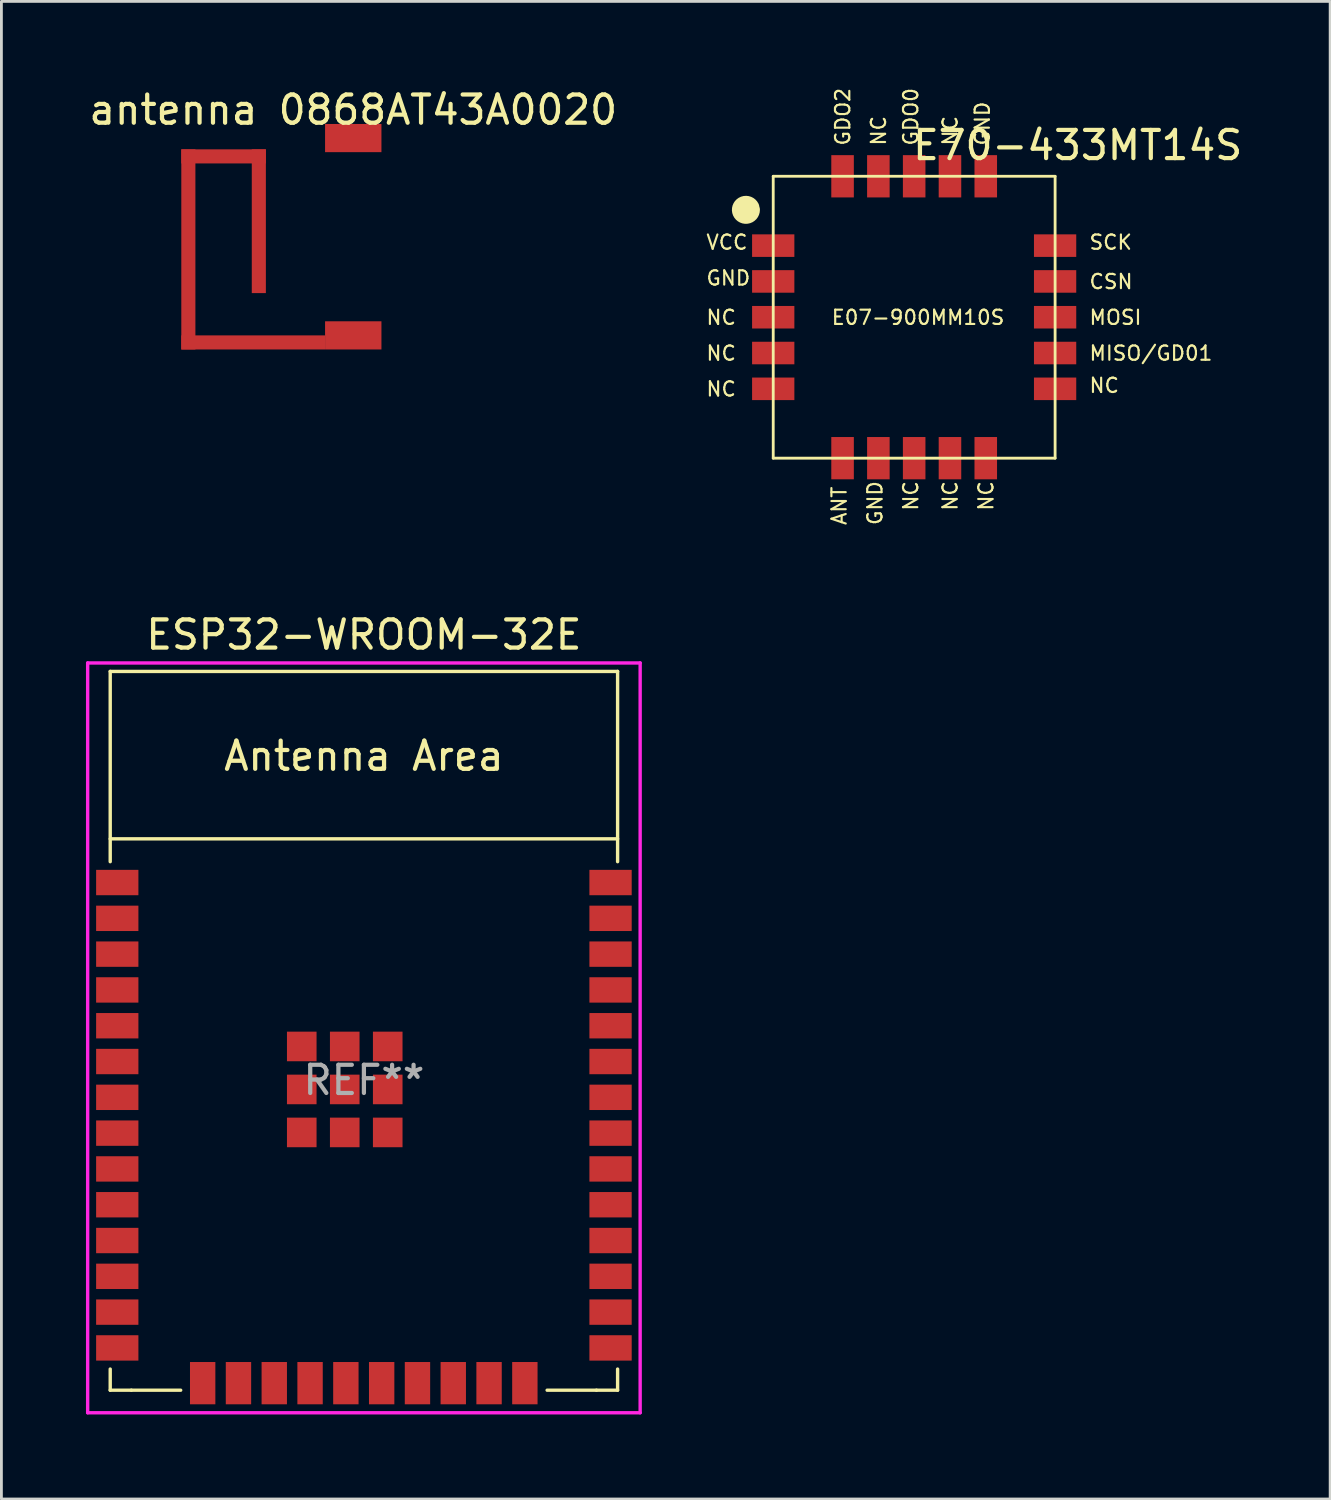
<source format=kicad_pcb>
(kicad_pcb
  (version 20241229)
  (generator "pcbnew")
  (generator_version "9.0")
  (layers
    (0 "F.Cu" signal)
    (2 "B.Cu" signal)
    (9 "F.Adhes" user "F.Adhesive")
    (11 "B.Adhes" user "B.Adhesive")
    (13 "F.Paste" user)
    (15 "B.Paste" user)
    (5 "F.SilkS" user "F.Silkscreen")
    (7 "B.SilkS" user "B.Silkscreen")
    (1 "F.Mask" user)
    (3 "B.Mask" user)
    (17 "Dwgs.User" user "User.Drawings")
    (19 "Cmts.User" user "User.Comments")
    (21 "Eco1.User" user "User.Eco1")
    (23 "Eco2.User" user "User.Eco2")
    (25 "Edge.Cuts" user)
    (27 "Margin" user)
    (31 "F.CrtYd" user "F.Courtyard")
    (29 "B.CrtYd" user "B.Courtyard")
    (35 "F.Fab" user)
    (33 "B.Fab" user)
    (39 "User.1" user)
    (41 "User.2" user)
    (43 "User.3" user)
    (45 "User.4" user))
  (footprint "ESP32-WROOM-32E"
    (layer "F.Cu")
    (at 9.86 35.269)
    (property "Reference" "ESP32-WROOM-32E" (at 0 -15.8 0) (layer "F.SilkS") (effects (font (size 1 1) (thickness 0.15))))
    (attr smd)
    (fp_line (start -9 -14.5) (end -9 -7.75) (stroke (width 0.12) (type solid)) (layer "F.SilkS"))
    (fp_line (start -9 -14.5) (end 9 -14.5) (stroke (width 0.12) (type solid)) (layer "F.SilkS"))
    (fp_line (start -9 10.25) (end -9 11) (stroke (width 0.12) (type solid)) (layer "F.SilkS"))
    (fp_line (start -9 11) (end -8.25 11) (stroke (width 0.12) (type solid)) (layer "F.SilkS"))
    (fp_line (start -8.25 11) (end -6.5 11) (stroke (width 0.12) (type solid)) (layer "F.SilkS"))
    (fp_line (start 8.25 11) (end 6.5 11) (stroke (width 0.12) (type solid)) (layer "F.SilkS"))
    (fp_line (start 9 -14.5) (end 9 -7.75) (stroke (width 0.12) (type solid)) (layer "F.SilkS"))
    (fp_line (start 9 -8.56) (end -9 -8.56) (stroke (width 0.12) (type solid)) (layer "F.SilkS"))
    (fp_line (start 9 10.25) (end 9 11) (stroke (width 0.12) (type solid)) (layer "F.SilkS"))
    (fp_line (start 9 11) (end 8.25 11) (stroke (width 0.12) (type solid)) (layer "F.SilkS"))
    (fp_line (start -9 -14.5) (end 9 -14.5) (stroke (width 0.12) (type solid)) (layer "Eco2.User"))
    (fp_line (start -9 -8.56) (end 9 -8.56) (stroke (width 0.12) (type solid)) (layer "Eco2.User"))
    (fp_line (start -9 11) (end -9 -14.5) (stroke (width 0.12) (type solid)) (layer "Eco2.User"))
    (fp_line (start 9 -14.5) (end 9 11) (stroke (width 0.12) (type solid)) (layer "Eco2.User"))
    (fp_line (start 9 11) (end -9 11) (stroke (width 0.12) (type solid)) (layer "Eco2.User"))
    (fp_line (start -9.8 -14.8) (end -9.8 11.8) (stroke (width 0.12) (type solid)) (layer "F.CrtYd"))
    (fp_line (start -9.8 11.8) (end 9.8 11.8) (stroke (width 0.12) (type solid)) (layer "F.CrtYd"))
    (fp_line (start 9.8 -14.8) (end -9.8 -14.8) (stroke (width 0.12) (type solid)) (layer "F.CrtYd"))
    (fp_line (start 9.8 -14.8) (end 9.8 11.8) (stroke (width 0.12) (type solid)) (layer "F.CrtYd"))
    (fp_text user "Antenna Area" (at 0 -11.5 0) (layer "F.SilkS") (effects (font (size 1 1) (thickness 0.15))))
    (fp_text user "Antenna Area" (at 0 -11.5 0) (layer "Eco2.User") (effects (font (size 1 1) (thickness 0.15))))
    (fp_text user "REF**" (at 0 0 0) (layer "F.Fab") (effects (font (size 1 1) (thickness 0.15))))
    (pad "1" smd rect (at -8.75 -7.01) (size 1.5 0.9) (layers "F.Cu" "F.Mask" "F.Paste"))
    (pad "2" smd rect (at -8.75 -5.74) (size 1.5 0.9) (layers "F.Cu" "F.Mask" "F.Paste"))
    (pad "3" smd rect (at -8.75 -4.47) (size 1.5 0.9) (layers "F.Cu" "F.Mask" "F.Paste"))
    (pad "4" smd rect (at -8.75 -3.2) (size 1.5 0.9) (layers "F.Cu" "F.Mask" "F.Paste"))
    (pad "5" smd rect (at -8.75 -1.93) (size 1.5 0.9) (layers "F.Cu" "F.Mask" "F.Paste"))
    (pad "6" smd rect (at -8.75 -0.66) (size 1.5 0.9) (layers "F.Cu" "F.Mask" "F.Paste"))
    (pad "7" smd rect (at -8.75 0.61) (size 1.5 0.9) (layers "F.Cu" "F.Mask" "F.Paste"))
    (pad "8" smd rect (at -8.75 1.88) (size 1.5 0.9) (layers "F.Cu" "F.Mask" "F.Paste"))
    (pad "9" smd rect (at -8.75 3.15) (size 1.5 0.9) (layers "F.Cu" "F.Mask" "F.Paste"))
    (pad "10" smd rect (at -8.75 4.42) (size 1.5 0.9) (layers "F.Cu" "F.Mask" "F.Paste"))
    (pad "11" smd rect (at -8.75 5.69) (size 1.5 0.9) (layers "F.Cu" "F.Mask" "F.Paste"))
    (pad "12" smd rect (at -8.75 6.96) (size 1.5 0.9) (layers "F.Cu" "F.Mask" "F.Paste"))
    (pad "13" smd rect (at -8.75 8.23) (size 1.5 0.9) (layers "F.Cu" "F.Mask" "F.Paste"))
    (pad "14" smd rect (at -8.75 9.5) (size 1.5 0.9) (layers "F.Cu" "F.Mask" "F.Paste"))
    (pad "15" smd rect (at -5.72 10.75 90) (size 1.5 0.9) (layers "F.Cu" "F.Mask" "F.Paste"))
    (pad "16" smd rect (at -4.45 10.75 90) (size 1.5 0.9) (layers "F.Cu" "F.Mask" "F.Paste"))
    (pad "17" smd rect (at -3.18 10.75 90) (size 1.5 0.9) (layers "F.Cu" "F.Mask" "F.Paste"))
    (pad "18" smd rect (at -1.91 10.75 90) (size 1.5 0.9) (layers "F.Cu" "F.Mask" "F.Paste"))
    (pad "19" smd rect (at -0.64 10.75 90) (size 1.5 0.9) (layers "F.Cu" "F.Mask" "F.Paste"))
    (pad "20" smd rect (at 0.63 10.75 90) (size 1.5 0.9) (layers "F.Cu" "F.Mask" "F.Paste"))
    (pad "21" smd rect (at 1.9 10.75 90) (size 1.5 0.9) (layers "F.Cu" "F.Mask" "F.Paste"))
    (pad "22" smd rect (at 3.17 10.75 90) (size 1.5 0.9) (layers "F.Cu" "F.Mask" "F.Paste"))
    (pad "23" smd rect (at 4.44 10.75 90) (size 1.5 0.9) (layers "F.Cu" "F.Mask" "F.Paste"))
    (pad "24" smd rect (at 5.71 10.75 90) (size 1.5 0.9) (layers "F.Cu" "F.Mask" "F.Paste"))
    (pad "25" smd rect (at 8.75 9.5 180) (size 1.5 0.9) (layers "F.Cu" "F.Mask" "F.Paste"))
    (pad "26" smd rect (at 8.75 8.23 180) (size 1.5 0.9) (layers "F.Cu" "F.Mask" "F.Paste"))
    (pad "27" smd rect (at 8.75 6.96 180) (size 1.5 0.9) (layers "F.Cu" "F.Mask" "F.Paste"))
    (pad "28" smd rect (at 8.75 5.69 180) (size 1.5 0.9) (layers "F.Cu" "F.Mask" "F.Paste"))
    (pad "29" smd rect (at 8.75 4.42 180) (size 1.5 0.9) (layers "F.Cu" "F.Mask" "F.Paste"))
    (pad "30" smd rect (at 8.75 3.15 180) (size 1.5 0.9) (layers "F.Cu" "F.Mask" "F.Paste"))
    (pad "31" smd rect (at 8.75 1.88 180) (size 1.5 0.9) (layers "F.Cu" "F.Mask" "F.Paste"))
    (pad "32" smd rect (at 8.75 0.61 180) (size 1.5 0.9) (layers "F.Cu" "F.Mask" "F.Paste"))
    (pad "33" smd rect (at 8.75 -0.66 180) (size 1.5 0.9) (layers "F.Cu" "F.Mask" "F.Paste"))
    (pad "34" smd rect (at 8.75 -1.93 180) (size 1.5 0.9) (layers "F.Cu" "F.Mask" "F.Paste"))
    (pad "35" smd rect (at 8.75 -3.2 180) (size 1.5 0.9) (layers "F.Cu" "F.Mask" "F.Paste"))
    (pad "36" smd rect (at 8.75 -4.47 180) (size 1.5 0.9) (layers "F.Cu" "F.Mask" "F.Paste"))
    (pad "37" smd rect (at 8.75 -5.74 180) (size 1.5 0.9) (layers "F.Cu" "F.Mask" "F.Paste"))
    (pad "38" smd rect (at 8.75 -7.01 180) (size 1.5 0.9) (layers "F.Cu" "F.Mask" "F.Paste"))
    (pad "39" smd rect (at -2.205 -1.195 180) (size 1.05 1.05) (layers "F.Cu" "F.Mask" "F.Paste"))
    (pad "39" smd rect (at -2.205 0.33 180) (size 1.05 1.05) (layers "F.Cu" "F.Mask" "F.Paste"))
    (pad "39" smd rect (at -2.205 1.855 180) (size 1.05 1.05) (layers "F.Cu" "F.Mask" "F.Paste"))
    (pad "39" smd rect (at -0.68 -1.195 180) (size 1.05 1.05) (layers "F.Cu" "F.Mask" "F.Paste"))
    (pad "39" smd rect (at -0.68 0.33 180) (size 1.05 1.05) (layers "F.Cu" "F.Mask" "F.Paste"))
    (pad "39" smd rect (at -0.68 1.855 180) (size 1.05 1.05) (layers "F.Cu" "F.Mask" "F.Paste"))
    (pad "39" smd rect (at 0.845 -1.195 180) (size 1.05 1.05) (layers "F.Cu" "F.Mask" "F.Paste"))
    (pad "39" smd rect (at 0.845 0.33 180) (size 1.05 1.05) (layers "F.Cu" "F.Mask" "F.Paste"))
    (pad "39" smd rect (at 0.845 1.855 180) (size 1.05 1.05) (layers "F.Cu" "F.Mask" "F.Paste")))
  (footprint "antenna 0868AT43A0020"
    (layer "F.Cu")
    (at 9.482 1.348)
    (property "Reference" "antenna 0868AT43A0020" (at 0 -0.5 0) (unlocked yes) (layer "F.SilkS") (effects (font (size 1 1) (thickness 0.15))))
    (attr smd)
    (fp_rect (start -6.1 0.9) (end -5.6 8) (stroke (width 0) (type solid)) (fill yes) (layer "F.Cu"))
    (fp_rect (start -6.1 0.9) (end -3.1 1.4) (stroke (width 0) (type solid)) (fill yes) (layer "F.Cu"))
    (fp_rect (start -3.6 0.9) (end -3.1 6) (stroke (width 0) (type solid)) (fill yes) (layer "F.Cu"))
    (fp_rect (start -1 7.5) (end -6.1 8) (stroke (width 0) (type solid)) (fill yes) (layer "F.Cu"))
    (pad "1" smd rect (at 0 0.5) (size 2 1) (layers "F.Cu" "F.Mask" "F.Paste"))
    (pad "2" smd rect (at 0 7.5) (size 2 1) (layers "F.Cu" "F.Mask" "F.Paste"))
    (zone (net_name "") (layers "F.Cu" "B.Cu") (name "no copper") (hatch edge 0.5) (connect_pads) (min_thickness 0.25) (filled_areas_thickness no) (keepout (tracks allowed) (vias allowed) (pads allowed) (copperpour not_allowed) (footprints allowed)) (placement (enabled no)) (fill) (polygon (pts (xy 11.482 1.348) (xy 0.482 1.348) (xy 0.482 11.348) (xy 11.482 11.348)))))
  (footprint "E70-433MT14S"
    (layer "F.Cu")
    (at 29.381 8.204)
    (property "Reference" "E70-433MT14S" (at 5.8 -6.1 0) (layer "F.SilkS") (effects (font (size 1 1) (thickness 0.15))))
    (fp_line (start -5 -5) (end 5 -5) (stroke (width 0.1) (type solid)) (layer "F.SilkS"))
    (fp_line (start -5 5) (end -5 -5) (stroke (width 0.1) (type solid)) (layer "F.SilkS"))
    (fp_line (start -5 5) (end 5 5) (stroke (width 0.1) (type solid)) (layer "F.SilkS"))
    (fp_line (start 5 5) (end 5 -5) (stroke (width 0.1) (type solid)) (layer "F.SilkS"))
    (fp_arc (start -5.78939 -3.81) (mid -6.143805 -3.768734) (end -5.808352 -3.890324) (stroke (width 0.635) (type solid)) (layer "F.SilkS"))
    (fp_text user "E07-900MM10S" (at -2.972 0.305 0) (unlocked yes) (layer "F.SilkS") (effects (font (size 0.508 0.508) (thickness 0.076)) (justify left bottom)))
    (fp_text user "NC" (at 1.575 -6.045 90) (unlocked yes) (layer "F.SilkS") (effects (font (size 0.508 0.508) (thickness 0.076)) (justify left bottom)))
    (fp_text user "GDO2" (at -2.235 -6.045 90) (unlocked yes) (layer "F.SilkS") (effects (font (size 0.508 0.508) (thickness 0.076)) (justify left bottom)))
    (fp_text user "VCC" (at -7.417 -2.362 0) (unlocked yes) (layer "F.SilkS") (effects (font (size 0.508 0.508) (thickness 0.076)) (justify left bottom)))
    (fp_text user "GND" (at -7.417 -1.092 0) (unlocked yes) (layer "F.SilkS") (effects (font (size 0.508 0.508) (thickness 0.076)) (justify left bottom)))
    (fp_text user "MISO/GD01" (at 6.172 1.575 0) (unlocked yes) (layer "F.SilkS") (effects (font (size 0.508 0.508) (thickness 0.076)) (justify left bottom)))
    (fp_text user "NC" (at -7.417 2.845 0) (unlocked yes) (layer "F.SilkS") (effects (font (size 0.508 0.508) (thickness 0.076)) (justify left bottom)))
    (fp_text user "NC" (at -0.965 -6.045 90) (unlocked yes) (layer "F.SilkS") (effects (font (size 0.508 0.508) (thickness 0.076)) (justify left bottom)))
    (fp_text user "ANT" (at -2.362 7.417 90) (unlocked yes) (layer "F.SilkS") (effects (font (size 0.508 0.508) (thickness 0.076)) (justify left bottom)))
    (fp_text user "MOSI" (at 6.172 0.305 0) (unlocked yes) (layer "F.SilkS") (effects (font (size 0.508 0.508) (thickness 0.076)) (justify left bottom)))
    (fp_text user "NC" (at 1.575 6.909 90) (unlocked yes) (layer "F.SilkS") (effects (font (size 0.508 0.508) (thickness 0.076)) (justify left bottom)))
    (fp_text user "NC" (at 0.178 6.909 90) (unlocked yes) (layer "F.SilkS") (effects (font (size 0.508 0.508) (thickness 0.076)) (justify left bottom)))
    (fp_text user "GDO0" (at 0.178 -6.045 90) (unlocked yes) (layer "F.SilkS") (effects (font (size 0.508 0.508) (thickness 0.076)) (justify left bottom)))
    (fp_text user "NC" (at 6.172 2.718 0) (unlocked yes) (layer "F.SilkS") (effects (font (size 0.508 0.508) (thickness 0.076)) (justify left bottom)))
    (fp_text user "NC" (at 2.845 6.909 90) (unlocked yes) (layer "F.SilkS") (effects (font (size 0.508 0.508) (thickness 0.076)) (justify left bottom)))
    (fp_text user "NC" (at -7.417 1.575 0) (unlocked yes) (layer "F.SilkS") (effects (font (size 0.508 0.508) (thickness 0.076)) (justify left bottom)))
    (fp_text user "GND" (at -1.092 7.417 90) (unlocked yes) (layer "F.SilkS") (effects (font (size 0.508 0.508) (thickness 0.076)) (justify left bottom)))
    (fp_text user "GND" (at 2.718 -6.045 90) (unlocked yes) (layer "F.SilkS") (effects (font (size 0.508 0.508) (thickness 0.076)) (justify left bottom)))
    (fp_text user "CSN" (at 6.172 -0.965 0) (unlocked yes) (layer "F.SilkS") (effects (font (size 0.508 0.508) (thickness 0.076)) (justify left bottom)))
    (fp_text user "NC" (at -7.417 0.305 0) (unlocked yes) (layer "F.SilkS") (effects (font (size 0.508 0.508) (thickness 0.076)) (justify left bottom)))
    (fp_text user "SCK" (at 6.172 -2.362 0) (unlocked yes) (layer "F.SilkS") (effects (font (size 0.508 0.508) (thickness 0.076)) (justify left bottom)))
    (pad "1" smd rect (at -5 -2.54) (size 1.5 0.8) (layers "F.Cu" "F.Mask" "F.Paste"))
    (pad "2" smd rect (at -5 -1.27) (size 1.5 0.8) (layers "F.Cu" "F.Mask" "F.Paste"))
    (pad "3" smd rect (at -5 0) (size 1.5 0.8) (layers "F.Cu" "F.Mask" "F.Paste"))
    (pad "4" smd rect (at -5 1.27) (size 1.5 0.8) (layers "F.Cu" "F.Mask" "F.Paste"))
    (pad "5" smd rect (at -5 2.54) (size 1.5 0.8) (layers "F.Cu" "F.Mask" "F.Paste"))
    (pad "6" smd rect (at -2.54 5 90) (size 1.5 0.8) (layers "F.Cu" "F.Mask" "F.Paste"))
    (pad "7" smd rect (at -1.27 5 270) (size 1.5 0.8) (layers "F.Cu" "F.Mask" "F.Paste"))
    (pad "8" smd rect (at 0 5 270) (size 1.5 0.8) (layers "F.Cu" "F.Mask" "F.Paste"))
    (pad "9" smd rect (at 1.27 5 270) (size 1.5 0.8) (layers "F.Cu" "F.Mask" "F.Paste"))
    (pad "10" smd rect (at 2.54 5 270) (size 1.5 0.8) (layers "F.Cu" "F.Mask" "F.Paste"))
    (pad "11" smd rect (at 5 2.54) (size 1.5 0.8) (layers "F.Cu" "F.Mask" "F.Paste"))
    (pad "12" smd rect (at 5 1.27) (size 1.5 0.8) (layers "F.Cu" "F.Mask" "F.Paste"))
    (pad "13" smd rect (at 5 0) (size 1.5 0.8) (layers "F.Cu" "F.Mask" "F.Paste"))
    (pad "14" smd rect (at 5 -1.27) (size 1.5 0.8) (layers "F.Cu" "F.Mask" "F.Paste"))
    (pad "15" smd rect (at 5 -2.54) (size 1.5 0.8) (layers "F.Cu" "F.Mask" "F.Paste"))
    (pad "16" smd rect (at 2.54 -5 90) (size 1.5 0.8) (layers "F.Cu" "F.Mask" "F.Paste"))
    (pad "17" smd rect (at 1.27 -5 90) (size 1.5 0.8) (layers "F.Cu" "F.Mask" "F.Paste"))
    (pad "18" smd rect (at 0 -5 90) (size 1.5 0.8) (layers "F.Cu" "F.Mask" "F.Paste"))
    (pad "19" smd rect (at -1.27 -5 90) (size 1.5 0.8) (layers "F.Cu" "F.Mask" "F.Paste"))
    (pad "20" smd rect (at -2.54 -5 90) (size 1.5 0.8) (layers "F.Cu" "F.Mask" "F.Paste")))
  (gr_rect
    (start -3 -3)
    (end 44.139 50.129)
    (stroke (width 0.1) (type default))
    (fill no)
    (layer "Edge.Cuts")))
</source>
